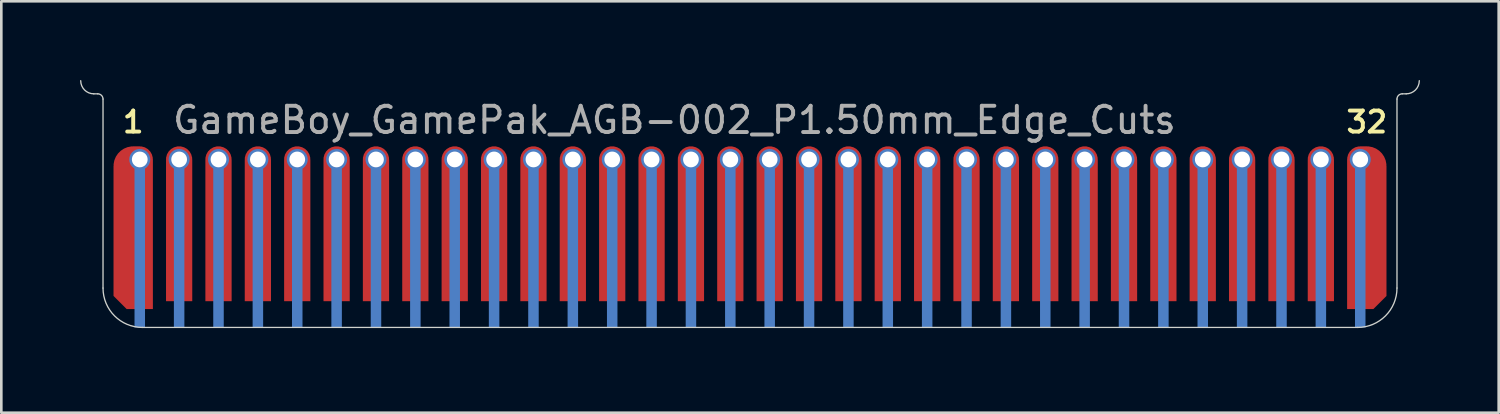
<source format=kicad_pcb>
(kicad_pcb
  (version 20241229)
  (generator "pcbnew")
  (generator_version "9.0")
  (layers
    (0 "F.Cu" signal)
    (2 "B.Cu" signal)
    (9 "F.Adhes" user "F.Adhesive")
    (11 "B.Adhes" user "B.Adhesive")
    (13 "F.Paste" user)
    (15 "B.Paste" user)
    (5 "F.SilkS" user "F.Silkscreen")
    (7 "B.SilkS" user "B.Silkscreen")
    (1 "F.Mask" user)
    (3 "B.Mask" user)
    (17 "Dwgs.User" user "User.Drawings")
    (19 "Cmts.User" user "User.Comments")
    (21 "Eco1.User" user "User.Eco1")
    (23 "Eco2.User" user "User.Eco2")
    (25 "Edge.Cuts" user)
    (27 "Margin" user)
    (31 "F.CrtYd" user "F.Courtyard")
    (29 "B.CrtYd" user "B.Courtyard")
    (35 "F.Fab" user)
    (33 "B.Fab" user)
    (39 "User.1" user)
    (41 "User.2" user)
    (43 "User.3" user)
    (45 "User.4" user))
  (footprint "GameBoy_GamePak_AGB-002_P1.50mm_Edge_Cuts"
    (layer "F.Cu")
    (at 25.525 9.425)
    (property "Reference" "GameBoy_GamePak_AGB-002_P1.50mm_Edge_Cuts" (at -22.075 -7.9 0) (layer "F.Fab") (effects (font (size 1 1) (thickness 0.15)) (justify left)))
    (attr through_hole)
    (fp_poly (pts (xy -22.25 -5.7) (xy -21.25 -5.7) (xy -21.25 -1) (xy -22.25 -1)) (stroke (width 0) (type solid)) (fill yes) (layer "F.Mask"))
    (fp_poly (pts (xy -20.75 -5.7) (xy -19.75 -5.7) (xy -19.75 -1) (xy -20.75 -1)) (stroke (width 0) (type solid)) (fill yes) (layer "F.Mask"))
    (fp_poly (pts (xy -19.25 -5.7) (xy -18.25 -5.7) (xy -18.25 -1) (xy -19.25 -1)) (stroke (width 0) (type solid)) (fill yes) (layer "F.Mask"))
    (fp_poly (pts (xy -17.75 -5.7) (xy -16.75 -5.7) (xy -16.75 -1) (xy -17.75 -1)) (stroke (width 0) (type solid)) (fill yes) (layer "F.Mask"))
    (fp_poly (pts (xy -16.25 -5.7) (xy -15.25 -5.7) (xy -15.25 -1) (xy -16.25 -1)) (stroke (width 0) (type solid)) (fill yes) (layer "F.Mask"))
    (fp_poly (pts (xy -14.75 -5.7) (xy -13.75 -5.7) (xy -13.75 -1) (xy -14.75 -1)) (stroke (width 0) (type solid)) (fill yes) (layer "F.Mask"))
    (fp_poly (pts (xy -13.25 -5.7) (xy -12.25 -5.7) (xy -12.25 -1) (xy -13.25 -1)) (stroke (width 0) (type solid)) (fill yes) (layer "F.Mask"))
    (fp_poly (pts (xy -11.75 -5.7) (xy -10.75 -5.7) (xy -10.75 -1) (xy -11.75 -1)) (stroke (width 0) (type solid)) (fill yes) (layer "F.Mask"))
    (fp_poly (pts (xy -10.25 -5.7) (xy -9.25 -5.7) (xy -9.25 -1) (xy -10.25 -1)) (stroke (width 0) (type solid)) (fill yes) (layer "F.Mask"))
    (fp_poly (pts (xy -8.75 -5.7) (xy -7.75 -5.7) (xy -7.75 -1) (xy -8.75 -1)) (stroke (width 0) (type solid)) (fill yes) (layer "F.Mask"))
    (fp_poly (pts (xy -7.25 -5.7) (xy -6.25 -5.7) (xy -6.25 -1) (xy -7.25 -1)) (stroke (width 0) (type solid)) (fill yes) (layer "F.Mask"))
    (fp_poly (pts (xy -5.75 -5.7) (xy -4.75 -5.7) (xy -4.75 -1) (xy -5.75 -1)) (stroke (width 0) (type solid)) (fill yes) (layer "F.Mask"))
    (fp_poly (pts (xy -4.25 -5.7) (xy -3.25 -5.7) (xy -3.25 -1) (xy -4.25 -1)) (stroke (width 0) (type solid)) (fill yes) (layer "F.Mask"))
    (fp_poly (pts (xy -2.75 -5.7) (xy -1.75 -5.7) (xy -1.75 -1) (xy -2.75 -1)) (stroke (width 0) (type solid)) (fill yes) (layer "F.Mask"))
    (fp_poly (pts (xy -1.25 -5.7) (xy -0.25 -5.7) (xy -0.25 -1) (xy -1.25 -1)) (stroke (width 0) (type solid)) (fill yes) (layer "F.Mask"))
    (fp_poly (pts (xy 0.25 -5.7) (xy 1.25 -5.7) (xy 1.25 -1) (xy 0.25 -1)) (stroke (width 0) (type solid)) (fill yes) (layer "F.Mask"))
    (fp_poly (pts (xy 1.75 -5.7) (xy 2.75 -5.7) (xy 2.75 -1) (xy 1.75 -1)) (stroke (width 0) (type solid)) (fill yes) (layer "F.Mask"))
    (fp_poly (pts (xy 3.25 -5.7) (xy 4.25 -5.7) (xy 4.25 -1) (xy 3.25 -1)) (stroke (width 0) (type solid)) (fill yes) (layer "F.Mask"))
    (fp_poly (pts (xy 4.75 -5.7) (xy 5.75 -5.7) (xy 5.75 -1) (xy 4.75 -1)) (stroke (width 0) (type solid)) (fill yes) (layer "F.Mask"))
    (fp_poly (pts (xy 6.25 -5.7) (xy 7.25 -5.7) (xy 7.25 -1) (xy 6.25 -1)) (stroke (width 0) (type solid)) (fill yes) (layer "F.Mask"))
    (fp_poly (pts (xy 7.75 -5.7) (xy 8.75 -5.7) (xy 8.75 -1) (xy 7.75 -1)) (stroke (width 0) (type solid)) (fill yes) (layer "F.Mask"))
    (fp_poly (pts (xy 9.25 -5.7) (xy 10.25 -5.7) (xy 10.25 -1) (xy 9.25 -1)) (stroke (width 0) (type solid)) (fill yes) (layer "F.Mask"))
    (fp_poly (pts (xy 10.75 -5.7) (xy 11.75 -5.7) (xy 11.75 -1) (xy 10.75 -1)) (stroke (width 0) (type solid)) (fill yes) (layer "F.Mask"))
    (fp_poly (pts (xy 12.25 -5.7) (xy 13.25 -5.7) (xy 13.25 -1) (xy 12.25 -1)) (stroke (width 0) (type solid)) (fill yes) (layer "F.Mask"))
    (fp_poly (pts (xy 13.75 -5.7) (xy 14.75 -5.7) (xy 14.75 -1) (xy 13.75 -1)) (stroke (width 0) (type solid)) (fill yes) (layer "F.Mask"))
    (fp_poly (pts (xy 15.25 -5.7) (xy 16.25 -5.7) (xy 16.25 -1) (xy 15.25 -1)) (stroke (width 0) (type solid)) (fill yes) (layer "F.Mask"))
    (fp_poly (pts (xy 16.75 -5.7) (xy 17.75 -5.7) (xy 17.75 -1) (xy 16.75 -1)) (stroke (width 0) (type solid)) (fill yes) (layer "F.Mask"))
    (fp_poly (pts (xy 18.25 -5.7) (xy 19.25 -5.7) (xy 19.25 -1) (xy 18.25 -1)) (stroke (width 0) (type solid)) (fill yes) (layer "F.Mask"))
    (fp_poly (pts (xy 19.75 -5.7) (xy 20.75 -5.7) (xy 20.75 -1) (xy 19.75 -1)) (stroke (width 0) (type solid)) (fill yes) (layer "F.Mask"))
    (fp_poly (pts (xy 21.25 -5.7) (xy 22.25 -5.7) (xy 22.25 -1) (xy 21.25 -1)) (stroke (width 0) (type solid)) (fill yes) (layer "F.Mask"))
    (fp_poly (pts (xy 24.9 0.25) (xy -24.9 0.25) (xy -24.9 -5.7) (xy 24.9 -5.7)) (stroke (width 0) (type solid)) (fill yes) (layer "F.Mask"))
    (fp_poly (pts (xy -24.25 -5.7) (xy -22.75 -5.7) (xy -22.75 -0.7) (xy -23.75 -0.7) (xy -24.25 -1.2)) (stroke (width 0) (type solid)) (fill yes) (layer "F.Mask"))
    (fp_poly (pts (xy 22.75 -5.7) (xy 24.25 -5.7) (xy 24.25 -1.2) (xy 23.75 -0.7) (xy 22.75 -0.7)) (stroke (width 0) (type solid)) (fill yes) (layer "F.Mask"))
    (fp_poly (pts (xy -23.05 0) (xy -23.45 0) (xy -23.45 -6.1) (xy -23.05 -6.1)) (stroke (width 0) (type solid)) (fill yes) (layer "B.Cu"))
    (fp_poly (pts (xy -21.55 0) (xy -21.95 0) (xy -21.95 -6.1) (xy -21.55 -6.1)) (stroke (width 0) (type solid)) (fill yes) (layer "B.Cu"))
    (fp_poly (pts (xy -20.05 0) (xy -20.45 0) (xy -20.45 -6.1) (xy -20.05 -6.1)) (stroke (width 0) (type solid)) (fill yes) (layer "B.Cu"))
    (fp_poly (pts (xy -18.55 0) (xy -18.95 0) (xy -18.95 -6.1) (xy -18.55 -6.1)) (stroke (width 0) (type solid)) (fill yes) (layer "B.Cu"))
    (fp_poly (pts (xy -17.05 0) (xy -17.45 0) (xy -17.45 -6.1) (xy -17.05 -6.1)) (stroke (width 0) (type solid)) (fill yes) (layer "B.Cu"))
    (fp_poly (pts (xy -15.55 0) (xy -15.95 0) (xy -15.95 -6.1) (xy -15.55 -6.1)) (stroke (width 0) (type solid)) (fill yes) (layer "B.Cu"))
    (fp_poly (pts (xy -14.05 0) (xy -14.45 0) (xy -14.45 -6.1) (xy -14.05 -6.1)) (stroke (width 0) (type solid)) (fill yes) (layer "B.Cu"))
    (fp_poly (pts (xy -12.55 0) (xy -12.95 0) (xy -12.95 -6.1) (xy -12.55 -6.1)) (stroke (width 0) (type solid)) (fill yes) (layer "B.Cu"))
    (fp_poly (pts (xy -11.05 0) (xy -11.45 0) (xy -11.45 -6.1) (xy -11.05 -6.1)) (stroke (width 0) (type solid)) (fill yes) (layer "B.Cu"))
    (fp_poly (pts (xy -9.55 0) (xy -9.95 0) (xy -9.95 -6.1) (xy -9.55 -6.1)) (stroke (width 0) (type solid)) (fill yes) (layer "B.Cu"))
    (fp_poly (pts (xy -8.05 0) (xy -8.45 0) (xy -8.45 -6.1) (xy -8.05 -6.1)) (stroke (width 0) (type solid)) (fill yes) (layer "B.Cu"))
    (fp_poly (pts (xy -6.55 0) (xy -6.95 0) (xy -6.95 -6.1) (xy -6.55 -6.1)) (stroke (width 0) (type solid)) (fill yes) (layer "B.Cu"))
    (fp_poly (pts (xy -5.05 0) (xy -5.45 0) (xy -5.45 -6.1) (xy -5.05 -6.1)) (stroke (width 0) (type solid)) (fill yes) (layer "B.Cu"))
    (fp_poly (pts (xy -3.55 0) (xy -3.95 0) (xy -3.95 -6.1) (xy -3.55 -6.1)) (stroke (width 0) (type solid)) (fill yes) (layer "B.Cu"))
    (fp_poly (pts (xy -2.05 0) (xy -2.45 0) (xy -2.45 -6.1) (xy -2.05 -6.1)) (stroke (width 0) (type solid)) (fill yes) (layer "B.Cu"))
    (fp_poly (pts (xy -0.55 0) (xy -0.95 0) (xy -0.95 -6.1) (xy -0.55 -6.1)) (stroke (width 0) (type solid)) (fill yes) (layer "B.Cu"))
    (fp_poly (pts (xy 0.95 0) (xy 0.55 0) (xy 0.55 -6.1) (xy 0.95 -6.1)) (stroke (width 0) (type solid)) (fill yes) (layer "B.Cu"))
    (fp_poly (pts (xy 2.45 0) (xy 2.05 0) (xy 2.05 -6.1) (xy 2.45 -6.1)) (stroke (width 0) (type solid)) (fill yes) (layer "B.Cu"))
    (fp_poly (pts (xy 3.95 0) (xy 3.55 0) (xy 3.55 -6.1) (xy 3.95 -6.1)) (stroke (width 0) (type solid)) (fill yes) (layer "B.Cu"))
    (fp_poly (pts (xy 5.45 0) (xy 5.05 0) (xy 5.05 -6.1) (xy 5.45 -6.1)) (stroke (width 0) (type solid)) (fill yes) (layer "B.Cu"))
    (fp_poly (pts (xy 6.95 0) (xy 6.55 0) (xy 6.55 -6.1) (xy 6.95 -6.1)) (stroke (width 0) (type solid)) (fill yes) (layer "B.Cu"))
    (fp_poly (pts (xy 8.45 0) (xy 8.05 0) (xy 8.05 -6.1) (xy 8.45 -6.1)) (stroke (width 0) (type solid)) (fill yes) (layer "B.Cu"))
    (fp_poly (pts (xy 9.95 0) (xy 9.55 0) (xy 9.55 -6.1) (xy 9.95 -6.1)) (stroke (width 0) (type solid)) (fill yes) (layer "B.Cu"))
    (fp_poly (pts (xy 11.45 0) (xy 11.05 0) (xy 11.05 -6.1) (xy 11.45 -6.1)) (stroke (width 0) (type solid)) (fill yes) (layer "B.Cu"))
    (fp_poly (pts (xy 12.95 0) (xy 12.55 0) (xy 12.55 -6.1) (xy 12.95 -6.1)) (stroke (width 0) (type solid)) (fill yes) (layer "B.Cu"))
    (fp_poly (pts (xy 14.45 0) (xy 14.05 0) (xy 14.05 -6.1) (xy 14.45 -6.1)) (stroke (width 0) (type solid)) (fill yes) (layer "B.Cu"))
    (fp_poly (pts (xy 15.95 0) (xy 15.55 0) (xy 15.55 -6.1) (xy 15.95 -6.1)) (stroke (width 0) (type solid)) (fill yes) (layer "B.Cu"))
    (fp_poly (pts (xy 17.45 0) (xy 17.05 0) (xy 17.05 -6.1) (xy 17.45 -6.1)) (stroke (width 0) (type solid)) (fill yes) (layer "B.Cu"))
    (fp_poly (pts (xy 18.95 0) (xy 18.55 0) (xy 18.55 -6.1) (xy 18.95 -6.1)) (stroke (width 0) (type solid)) (fill yes) (layer "B.Cu"))
    (fp_poly (pts (xy 20.45 0) (xy 20.05 0) (xy 20.05 -6.1) (xy 20.45 -6.1)) (stroke (width 0) (type solid)) (fill yes) (layer "B.Cu"))
    (fp_poly (pts (xy 21.95 0) (xy 21.55 0) (xy 21.55 -6.1) (xy 21.95 -6.1)) (stroke (width 0) (type solid)) (fill yes) (layer "B.Cu"))
    (fp_poly (pts (xy 23.45 0) (xy 23.05 0) (xy 23.05 -6.1) (xy 23.45 -6.1)) (stroke (width 0) (type solid)) (fill yes) (layer "B.Cu"))
    (fp_poly (pts (xy -23.85 0.25) (xy -24.9 0.25) (xy -24.9 -5.7) (xy -23.85 -5.7)) (stroke (width 0) (type solid)) (fill yes) (layer "B.Mask"))
    (fp_poly (pts (xy -22.35 0.25) (xy -22.65 0.25) (xy -22.65 -5.7) (xy -22.35 -5.7)) (stroke (width 0) (type solid)) (fill yes) (layer "B.Mask"))
    (fp_poly (pts (xy -20.85 0.25) (xy -21.15 0.25) (xy -21.15 -5.7) (xy -20.85 -5.7)) (stroke (width 0) (type solid)) (fill yes) (layer "B.Mask"))
    (fp_poly (pts (xy -19.35 0.25) (xy -19.65 0.25) (xy -19.65 -5.7) (xy -19.35 -5.7)) (stroke (width 0) (type solid)) (fill yes) (layer "B.Mask"))
    (fp_poly (pts (xy -17.85 0.25) (xy -18.15 0.25) (xy -18.15 -5.7) (xy -17.85 -5.7)) (stroke (width 0) (type solid)) (fill yes) (layer "B.Mask"))
    (fp_poly (pts (xy -16.35 0.25) (xy -16.65 0.25) (xy -16.65 -5.7) (xy -16.35 -5.7)) (stroke (width 0) (type solid)) (fill yes) (layer "B.Mask"))
    (fp_poly (pts (xy -14.85 0.25) (xy -15.15 0.25) (xy -15.15 -5.7) (xy -14.85 -5.7)) (stroke (width 0) (type solid)) (fill yes) (layer "B.Mask"))
    (fp_poly (pts (xy -13.35 0.25) (xy -13.65 0.25) (xy -13.65 -5.7) (xy -13.35 -5.7)) (stroke (width 0) (type solid)) (fill yes) (layer "B.Mask"))
    (fp_poly (pts (xy -11.85 0.25) (xy -12.15 0.25) (xy -12.15 -5.7) (xy -11.85 -5.7)) (stroke (width 0) (type solid)) (fill yes) (layer "B.Mask"))
    (fp_poly (pts (xy -10.35 0.25) (xy -10.65 0.25) (xy -10.65 -5.7) (xy -10.35 -5.7)) (stroke (width 0) (type solid)) (fill yes) (layer "B.Mask"))
    (fp_poly (pts (xy -8.85 0.25) (xy -9.15 0.25) (xy -9.15 -5.7) (xy -8.85 -5.7)) (stroke (width 0) (type solid)) (fill yes) (layer "B.Mask"))
    (fp_poly (pts (xy -7.35 0.25) (xy -7.65 0.25) (xy -7.65 -5.7) (xy -7.35 -5.7)) (stroke (width 0) (type solid)) (fill yes) (layer "B.Mask"))
    (fp_poly (pts (xy -5.85 0.25) (xy -6.15 0.25) (xy -6.15 -5.7) (xy -5.85 -5.7)) (stroke (width 0) (type solid)) (fill yes) (layer "B.Mask"))
    (fp_poly (pts (xy -4.35 0.25) (xy -4.65 0.25) (xy -4.65 -5.7) (xy -4.35 -5.7)) (stroke (width 0) (type solid)) (fill yes) (layer "B.Mask"))
    (fp_poly (pts (xy -2.85 0.25) (xy -3.15 0.25) (xy -3.15 -5.7) (xy -2.85 -5.7)) (stroke (width 0) (type solid)) (fill yes) (layer "B.Mask"))
    (fp_poly (pts (xy -1.35 0.25) (xy -1.65 0.25) (xy -1.65 -5.7) (xy -1.35 -5.7)) (stroke (width 0) (type solid)) (fill yes) (layer "B.Mask"))
    (fp_poly (pts (xy 0.15 0.25) (xy -0.15 0.25) (xy -0.15 -5.7) (xy 0.15 -5.7)) (stroke (width 0) (type solid)) (fill yes) (layer "B.Mask"))
    (fp_poly (pts (xy 1.65 0.25) (xy 1.35 0.25) (xy 1.35 -5.7) (xy 1.65 -5.7)) (stroke (width 0) (type solid)) (fill yes) (layer "B.Mask"))
    (fp_poly (pts (xy 3.15 0.25) (xy 2.85 0.25) (xy 2.85 -5.7) (xy 3.15 -5.7)) (stroke (width 0) (type solid)) (fill yes) (layer "B.Mask"))
    (fp_poly (pts (xy 4.65 0.25) (xy 4.35 0.25) (xy 4.35 -5.7) (xy 4.65 -5.7)) (stroke (width 0) (type solid)) (fill yes) (layer "B.Mask"))
    (fp_poly (pts (xy 6.15 0.25) (xy 5.85 0.25) (xy 5.85 -5.7) (xy 6.15 -5.7)) (stroke (width 0) (type solid)) (fill yes) (layer "B.Mask"))
    (fp_poly (pts (xy 7.65 0.25) (xy 7.35 0.25) (xy 7.35 -5.7) (xy 7.65 -5.7)) (stroke (width 0) (type solid)) (fill yes) (layer "B.Mask"))
    (fp_poly (pts (xy 9.15 0.25) (xy 8.85 0.25) (xy 8.85 -5.7) (xy 9.15 -5.7)) (stroke (width 0) (type solid)) (fill yes) (layer "B.Mask"))
    (fp_poly (pts (xy 10.65 0.25) (xy 10.35 0.25) (xy 10.35 -5.7) (xy 10.65 -5.7)) (stroke (width 0) (type solid)) (fill yes) (layer "B.Mask"))
    (fp_poly (pts (xy 12.15 0.25) (xy 11.85 0.25) (xy 11.85 -5.7) (xy 12.15 -5.7)) (stroke (width 0) (type solid)) (fill yes) (layer "B.Mask"))
    (fp_poly (pts (xy 13.65 0.25) (xy 13.35 0.25) (xy 13.35 -5.7) (xy 13.65 -5.7)) (stroke (width 0) (type solid)) (fill yes) (layer "B.Mask"))
    (fp_poly (pts (xy 15.15 0.25) (xy 14.85 0.25) (xy 14.85 -5.7) (xy 15.15 -5.7)) (stroke (width 0) (type solid)) (fill yes) (layer "B.Mask"))
    (fp_poly (pts (xy 16.65 0.25) (xy 16.35 0.25) (xy 16.35 -5.7) (xy 16.65 -5.7)) (stroke (width 0) (type solid)) (fill yes) (layer "B.Mask"))
    (fp_poly (pts (xy 18.15 0.25) (xy 17.85 0.25) (xy 17.85 -5.7) (xy 18.15 -5.7)) (stroke (width 0) (type solid)) (fill yes) (layer "B.Mask"))
    (fp_poly (pts (xy 19.65 0.25) (xy 19.35 0.25) (xy 19.35 -5.7) (xy 19.65 -5.7)) (stroke (width 0) (type solid)) (fill yes) (layer "B.Mask"))
    (fp_poly (pts (xy 21.15 0.25) (xy 20.85 0.25) (xy 20.85 -5.7) (xy 21.15 -5.7)) (stroke (width 0) (type solid)) (fill yes) (layer "B.Mask"))
    (fp_poly (pts (xy 22.65 0.25) (xy 22.35 0.25) (xy 22.35 -5.7) (xy 22.65 -5.7)) (stroke (width 0) (type solid)) (fill yes) (layer "B.Mask"))
    (fp_poly (pts (xy 24.9 0.25) (xy 23.85 0.25) (xy 23.85 -5.7) (xy 24.9 -5.7)) (stroke (width 0) (type solid)) (fill yes) (layer "B.Mask"))
    (fp_line (start -24.85 -8.9) (end -25 -8.9) (stroke (width 0.05) (type solid)) (layer "Edge.Cuts"))
    (fp_line (start -24.65 -1.5) (end -24.65 -8.7) (stroke (width 0.05) (type solid)) (layer "Edge.Cuts"))
    (fp_line (start -23.15 0) (end 23.15 0) (stroke (width 0.05) (type solid)) (layer "Edge.Cuts"))
    (fp_line (start 24.65 -8.7) (end 24.65 -1.5) (stroke (width 0.05) (type solid)) (layer "Edge.Cuts"))
    (fp_line (start 25 -8.9) (end 24.85 -8.9) (stroke (width 0.05) (type solid)) (layer "Edge.Cuts"))
    (fp_arc (start -25 -8.9) (mid -25.353552 -9.046447) (end -25.5 -9.4) (stroke (width 0.05) (type solid)) (layer "Edge.Cuts"))
    (fp_arc (start -24.85 -8.9) (mid -24.708578 -8.841421) (end -24.65 -8.7) (stroke (width 0.05) (type solid)) (layer "Edge.Cuts"))
    (fp_arc (start -23.15 0) (mid -24.21066 -0.43934) (end -24.65 -1.5) (stroke (width 0.05) (type solid)) (layer "Edge.Cuts"))
    (fp_arc (start 24.65 -8.7) (mid 24.708579 -8.841421) (end 24.85 -8.9) (stroke (width 0.05) (type solid)) (layer "Edge.Cuts"))
    (fp_arc (start 24.65 -1.5) (mid 24.21066 -0.43934) (end 23.15 0) (stroke (width 0.05) (type solid)) (layer "Edge.Cuts"))
    (fp_arc (start 25.5 -9.4) (mid 25.353553 -9.046447) (end 25 -8.9) (stroke (width 0.05) (type solid)) (layer "Edge.Cuts"))
    (fp_text user "32" (at 23.5 -7.825 0) (layer "F.SilkS") (effects (font (size 0.8 0.8) (thickness 0.15))))
    (fp_text user "1" (at -23.5 -7.825 0) (layer "F.SilkS") (effects (font (size 0.8 0.8) (thickness 0.15))))
    (pad "1" thru_hole circle (at -23.25 -6.4) (size 0.8 0.8) (drill 0.6) (layers "*.Cu" "*.Mask"))
    (pad "1" connect custom (at -23.25 -6.4) (size 0.8 0.8) (layers "F.Cu") (options (anchor circle)) (primitives (gr_line (start -0.25 -0.45) (end 0 -0.45) (width 0.1)) (gr_circle (center 0 0) (end 0.25 0) (width 0.5) (fill no)) (gr_poly (pts (xy -1 5.2) (xy -1 0.25) (xy 0.5 0.25) (xy 0.5 5.7) (xy -0.5 5.7)) (width 0) (fill yes)) (gr_circle (center -0.25 0.25) (end 0.125 0.25) (width 0.75) (fill no)) (gr_line (start 0.45 0) (end 0.45 0.25) (width 0.1))))
    (pad "2" thru_hole circle (at -21.75 -6.4) (size 0.8 0.8) (drill 0.6) (layers "*.Cu" "*.Mask"))
    (pad "2" connect custom (at -21.75 -6.4) (size 0.8 0.8) (layers "F.Cu") (options (anchor circle)) (primitives (gr_poly (pts (xy -0.5 5.4) (xy 0.5 5.4) (xy 0.5 0) (xy -0.5 0)) (width 0) (fill yes)) (gr_circle (center -0.001 0) (end 0.25 0) (width 0.5) (fill no))))
    (pad "3" thru_hole circle (at -20.25 -6.4) (size 0.8 0.8) (drill 0.6) (layers "*.Cu" "*.Mask"))
    (pad "3" connect custom (at -20.25 -6.4) (size 0.8 0.8) (layers "F.Cu") (options (anchor circle)) (primitives (gr_poly (pts (xy -0.5 5.4) (xy 0.5 5.4) (xy 0.5 0) (xy -0.5 0)) (width 0) (fill yes)) (gr_circle (center -0.001 0) (end 0.25 0) (width 0.5) (fill no))))
    (pad "4" thru_hole circle (at -18.75 -6.4) (size 0.8 0.8) (drill 0.6) (layers "*.Cu" "*.Mask"))
    (pad "4" connect custom (at -18.75 -6.4) (size 0.8 0.8) (layers "F.Cu") (options (anchor circle)) (primitives (gr_poly (pts (xy -0.5 5.4) (xy 0.5 5.4) (xy 0.5 0) (xy -0.5 0)) (width 0) (fill yes)) (gr_circle (center -0.001 0) (end 0.25 0) (width 0.5) (fill no))))
    (pad "5" thru_hole circle (at -17.25 -6.4) (size 0.8 0.8) (drill 0.6) (layers "*.Cu" "*.Mask"))
    (pad "5" connect custom (at -17.25 -6.4) (size 0.8 0.8) (layers "F.Cu") (options (anchor circle)) (primitives (gr_poly (pts (xy -0.5 5.4) (xy 0.5 5.4) (xy 0.5 0) (xy -0.5 0)) (width 0) (fill yes)) (gr_circle (center -0.001 0) (end 0.25 0) (width 0.5) (fill no))))
    (pad "6" thru_hole circle (at -15.75 -6.4) (size 0.8 0.8) (drill 0.6) (layers "*.Cu" "*.Mask"))
    (pad "6" connect custom (at -15.75 -6.4) (size 0.8 0.8) (layers "F.Cu") (options (anchor circle)) (primitives (gr_poly (pts (xy -0.5 5.4) (xy 0.5 5.4) (xy 0.5 0) (xy -0.5 0)) (width 0) (fill yes)) (gr_circle (center -0.001 0) (end 0.25 0) (width 0.5) (fill no))))
    (pad "7" thru_hole circle (at -14.25 -6.4) (size 0.8 0.8) (drill 0.6) (layers "*.Cu" "*.Mask"))
    (pad "7" connect custom (at -14.25 -6.4) (size 0.8 0.8) (layers "F.Cu") (options (anchor circle)) (primitives (gr_poly (pts (xy -0.5 5.4) (xy 0.5 5.4) (xy 0.5 0) (xy -0.5 0)) (width 0) (fill yes)) (gr_circle (center -0.001 0) (end 0.25 0) (width 0.5) (fill no))))
    (pad "8" thru_hole circle (at -12.75 -6.4) (size 0.8 0.8) (drill 0.6) (layers "*.Cu" "*.Mask"))
    (pad "8" connect custom (at -12.75 -6.4) (size 0.8 0.8) (layers "F.Cu") (options (anchor circle)) (primitives (gr_poly (pts (xy -0.5 5.4) (xy 0.5 5.4) (xy 0.5 0) (xy -0.5 0)) (width 0) (fill yes)) (gr_circle (center -0.001 0) (end 0.25 0) (width 0.5) (fill no))))
    (pad "9" thru_hole circle (at -11.25 -6.4) (size 0.8 0.8) (drill 0.6) (layers "*.Cu" "*.Mask"))
    (pad "9" connect custom (at -11.25 -6.4) (size 0.8 0.8) (layers "F.Cu") (options (anchor circle)) (primitives (gr_poly (pts (xy -0.5 5.4) (xy 0.5 5.4) (xy 0.5 0) (xy -0.5 0)) (width 0) (fill yes)) (gr_circle (center -0.001 0) (end 0.25 0) (width 0.5) (fill no))))
    (pad "10" thru_hole circle (at -9.75 -6.4) (size 0.8 0.8) (drill 0.6) (layers "*.Cu" "*.Mask"))
    (pad "10" connect custom (at -9.75 -6.4) (size 0.8 0.8) (layers "F.Cu") (options (anchor circle)) (primitives (gr_poly (pts (xy -0.5 5.4) (xy 0.5 5.4) (xy 0.5 0) (xy -0.5 0)) (width 0) (fill yes)) (gr_circle (center -0.001 0) (end 0.25 0) (width 0.5) (fill no))))
    (pad "11" thru_hole circle (at -8.25 -6.4) (size 0.8 0.8) (drill 0.6) (layers "*.Cu" "*.Mask"))
    (pad "11" connect custom (at -8.25 -6.4) (size 0.8 0.8) (layers "F.Cu") (options (anchor circle)) (primitives (gr_poly (pts (xy -0.5 5.4) (xy 0.5 5.4) (xy 0.5 0) (xy -0.5 0)) (width 0) (fill yes)) (gr_circle (center -0.001 0) (end 0.25 0) (width 0.5) (fill no))))
    (pad "12" thru_hole circle (at -6.75 -6.4) (size 0.8 0.8) (drill 0.6) (layers "*.Cu" "*.Mask"))
    (pad "12" connect custom (at -6.75 -6.4) (size 0.8 0.8) (layers "F.Cu") (options (anchor circle)) (primitives (gr_poly (pts (xy -0.5 5.4) (xy 0.5 5.4) (xy 0.5 0) (xy -0.5 0)) (width 0) (fill yes)) (gr_circle (center -0.001 0) (end 0.25 0) (width 0.5) (fill no))))
    (pad "13" thru_hole circle (at -5.25 -6.4) (size 0.8 0.8) (drill 0.6) (layers "*.Cu" "*.Mask"))
    (pad "13" connect custom (at -5.25 -6.4) (size 0.8 0.8) (layers "F.Cu") (options (anchor circle)) (primitives (gr_poly (pts (xy -0.5 5.4) (xy 0.5 5.4) (xy 0.5 0) (xy -0.5 0)) (width 0) (fill yes)) (gr_circle (center -0.001 0) (end 0.25 0) (width 0.5) (fill no))))
    (pad "14" thru_hole circle (at -3.75 -6.4) (size 0.8 0.8) (drill 0.6) (layers "*.Cu" "*.Mask"))
    (pad "14" connect custom (at -3.75 -6.4) (size 0.8 0.8) (layers "F.Cu") (options (anchor circle)) (primitives (gr_poly (pts (xy -0.5 5.4) (xy 0.5 5.4) (xy 0.5 0) (xy -0.5 0)) (width 0) (fill yes)) (gr_circle (center -0.001 0) (end 0.25 0) (width 0.5) (fill no))))
    (pad "15" thru_hole circle (at -2.25 -6.4) (size 0.8 0.8) (drill 0.6) (layers "*.Cu" "*.Mask"))
    (pad "15" connect custom (at -2.25 -6.4) (size 0.8 0.8) (layers "F.Cu") (options (anchor circle)) (primitives (gr_poly (pts (xy -0.5 5.4) (xy 0.5 5.4) (xy 0.5 0) (xy -0.5 0)) (width 0) (fill yes)) (gr_circle (center -0.001 0) (end 0.25 0) (width 0.5) (fill no))))
    (pad "16" thru_hole circle (at -0.75 -6.4) (size 0.8 0.8) (drill 0.6) (layers "*.Cu" "*.Mask"))
    (pad "16" connect custom (at -0.75 -6.4) (size 0.8 0.8) (layers "F.Cu") (options (anchor circle)) (primitives (gr_poly (pts (xy -0.5 5.4) (xy 0.5 5.4) (xy 0.5 0) (xy -0.5 0)) (width 0) (fill yes)) (gr_circle (center -0.001 0) (end 0.25 0) (width 0.5) (fill no))))
    (pad "17" thru_hole circle (at 0.75 -6.4) (size 0.8 0.8) (drill 0.6) (layers "*.Cu" "*.Mask"))
    (pad "17" connect custom (at 0.75 -6.4) (size 0.8 0.8) (layers "F.Cu") (options (anchor circle)) (primitives (gr_poly (pts (xy -0.5 5.4) (xy 0.5 5.4) (xy 0.5 0) (xy -0.5 0)) (width 0) (fill yes)) (gr_circle (center -0.001 0) (end 0.25 0) (width 0.5) (fill no))))
    (pad "18" thru_hole circle (at 2.25 -6.4) (size 0.8 0.8) (drill 0.6) (layers "*.Cu" "*.Mask"))
    (pad "18" connect custom (at 2.25 -6.4) (size 0.8 0.8) (layers "F.Cu") (options (anchor circle)) (primitives (gr_poly (pts (xy -0.5 5.4) (xy 0.5 5.4) (xy 0.5 0) (xy -0.5 0)) (width 0) (fill yes)) (gr_circle (center -0.001 0) (end 0.25 0) (width 0.5) (fill no))))
    (pad "19" thru_hole circle (at 3.75 -6.4) (size 0.8 0.8) (drill 0.6) (layers "*.Cu" "*.Mask"))
    (pad "19" connect custom (at 3.75 -6.4) (size 0.8 0.8) (layers "F.Cu") (options (anchor circle)) (primitives (gr_poly (pts (xy -0.5 5.4) (xy 0.5 5.4) (xy 0.5 0) (xy -0.5 0)) (width 0) (fill yes)) (gr_circle (center -0.001 0) (end 0.25 0) (width 0.5) (fill no))))
    (pad "20" thru_hole circle (at 5.25 -6.4) (size 0.8 0.8) (drill 0.6) (layers "*.Cu" "*.Mask"))
    (pad "20" connect custom (at 5.25 -6.4) (size 0.8 0.8) (layers "F.Cu") (options (anchor circle)) (primitives (gr_poly (pts (xy -0.5 5.4) (xy 0.5 5.4) (xy 0.5 0) (xy -0.5 0)) (width 0) (fill yes)) (gr_circle (center -0.001 0) (end 0.25 0) (width 0.5) (fill no))))
    (pad "21" thru_hole circle (at 6.75 -6.4) (size 0.8 0.8) (drill 0.6) (layers "*.Cu" "*.Mask"))
    (pad "21" connect custom (at 6.75 -6.4) (size 0.8 0.8) (layers "F.Cu") (options (anchor circle)) (primitives (gr_poly (pts (xy -0.5 5.4) (xy 0.5 5.4) (xy 0.5 0) (xy -0.5 0)) (width 0) (fill yes)) (gr_circle (center -0.001 0) (end 0.25 0) (width 0.5) (fill no))))
    (pad "22" thru_hole circle (at 8.25 -6.4) (size 0.8 0.8) (drill 0.6) (layers "*.Cu" "*.Mask"))
    (pad "22" connect custom (at 8.25 -6.4) (size 0.8 0.8) (layers "F.Cu") (options (anchor circle)) (primitives (gr_poly (pts (xy -0.5 5.4) (xy 0.5 5.4) (xy 0.5 0) (xy -0.5 0)) (width 0) (fill yes)) (gr_circle (center -0.001 0) (end 0.25 0) (width 0.5) (fill no))))
    (pad "23" thru_hole circle (at 9.75 -6.4) (size 0.8 0.8) (drill 0.6) (layers "*.Cu" "*.Mask"))
    (pad "23" connect custom (at 9.75 -6.4) (size 0.8 0.8) (layers "F.Cu") (options (anchor circle)) (primitives (gr_poly (pts (xy -0.5 5.4) (xy 0.5 5.4) (xy 0.5 0) (xy -0.5 0)) (width 0) (fill yes)) (gr_circle (center -0.001 0) (end 0.25 0) (width 0.5) (fill no))))
    (pad "24" thru_hole circle (at 11.25 -6.4) (size 0.8 0.8) (drill 0.6) (layers "*.Cu" "*.Mask"))
    (pad "24" connect custom (at 11.25 -6.4) (size 0.8 0.8) (layers "F.Cu") (options (anchor circle)) (primitives (gr_poly (pts (xy -0.5 5.4) (xy 0.5 5.4) (xy 0.5 0) (xy -0.5 0)) (width 0) (fill yes)) (gr_circle (center -0.001 0) (end 0.25 0) (width 0.5) (fill no))))
    (pad "25" thru_hole circle (at 12.75 -6.4) (size 0.8 0.8) (drill 0.6) (layers "*.Cu" "*.Mask"))
    (pad "25" connect custom (at 12.75 -6.4) (size 0.8 0.8) (layers "F.Cu") (options (anchor circle)) (primitives (gr_poly (pts (xy -0.5 5.4) (xy 0.5 5.4) (xy 0.5 0) (xy -0.5 0)) (width 0) (fill yes)) (gr_circle (center -0.001 0) (end 0.25 0) (width 0.5) (fill no))))
    (pad "26" thru_hole circle (at 14.25 -6.4) (size 0.8 0.8) (drill 0.6) (layers "*.Cu" "*.Mask"))
    (pad "26" connect custom (at 14.25 -6.4) (size 0.8 0.8) (layers "F.Cu") (options (anchor circle)) (primitives (gr_poly (pts (xy -0.5 5.4) (xy 0.5 5.4) (xy 0.5 0) (xy -0.5 0)) (width 0) (fill yes)) (gr_circle (center -0.001 0) (end 0.25 0) (width 0.5) (fill no))))
    (pad "27" thru_hole circle (at 15.75 -6.4) (size 0.8 0.8) (drill 0.6) (layers "*.Cu" "*.Mask"))
    (pad "27" connect custom (at 15.75 -6.4) (size 0.8 0.8) (layers "F.Cu") (options (anchor circle)) (primitives (gr_poly (pts (xy -0.5 5.4) (xy 0.5 5.4) (xy 0.5 0) (xy -0.5 0)) (width 0) (fill yes)) (gr_circle (center -0.001 0) (end 0.25 0) (width 0.5) (fill no))))
    (pad "28" thru_hole circle (at 17.25 -6.4) (size 0.8 0.8) (drill 0.6) (layers "*.Cu" "*.Mask"))
    (pad "28" connect custom (at 17.25 -6.4) (size 0.8 0.8) (layers "F.Cu") (options (anchor circle)) (primitives (gr_poly (pts (xy -0.5 5.4) (xy 0.5 5.4) (xy 0.5 0) (xy -0.5 0)) (width 0) (fill yes)) (gr_circle (center -0.001 0) (end 0.25 0) (width 0.5) (fill no))))
    (pad "29" thru_hole circle (at 18.75 -6.4) (size 0.8 0.8) (drill 0.6) (layers "*.Cu" "*.Mask"))
    (pad "29" connect custom (at 18.75 -6.4) (size 0.8 0.8) (layers "F.Cu") (options (anchor circle)) (primitives (gr_poly (pts (xy -0.5 5.4) (xy 0.5 5.4) (xy 0.5 0) (xy -0.5 0)) (width 0) (fill yes)) (gr_circle (center -0.001 0) (end 0.25 0) (width 0.5) (fill no))))
    (pad "30" thru_hole circle (at 20.25 -6.4) (size 0.8 0.8) (drill 0.6) (layers "*.Cu" "*.Mask"))
    (pad "30" connect custom (at 20.25 -6.4) (size 0.8 0.8) (layers "F.Cu") (options (anchor circle)) (primitives (gr_poly (pts (xy -0.5 5.4) (xy 0.5 5.4) (xy 0.5 0) (xy -0.5 0)) (width 0) (fill yes)) (gr_circle (center -0.001 0) (end 0.25 0) (width 0.5) (fill no))))
    (pad "31" thru_hole circle (at 21.75 -6.4) (size 0.8 0.8) (drill 0.6) (layers "*.Cu" "*.Mask"))
    (pad "31" connect custom (at 21.75 -6.4) (size 0.8 0.8) (layers "F.Cu") (options (anchor circle)) (primitives (gr_poly (pts (xy -0.5 5.4) (xy 0.5 5.4) (xy 0.5 0) (xy -0.5 0)) (width 0) (fill yes)) (gr_circle (center -0.001 0) (end 0.25 0) (width 0.5) (fill no))))
    (pad "32" thru_hole circle (at 23.25 -6.4) (size 0.8 0.8) (drill 0.6) (layers "*.Cu" "*.Mask"))
    (pad "32" connect custom (at 23.25 -6.4) (size 0.8 0.8) (layers "F.Cu") (options (anchor circle)) (primitives (gr_line (start 0 -0.45) (end 0.25 -0.45) (width 0.1)) (gr_poly (pts (xy -0.5 5.7) (xy -0.5 0.25) (xy 1 0.25) (xy 1 5.2) (xy 0.5 5.7)) (width 0) (fill yes)) (gr_circle (center 0.25 0.25) (end 0.625 0.25) (width 0.75) (fill no)) (gr_circle (center 0 0) (end 0.25 0) (width 0.5) (fill no)) (gr_line (start -0.45 0) (end -0.45 0.25) (width 0.1)))))
  (gr_rect
    (start -3 -3)
    (end 54.05 12.675)
    (stroke (width 0.1) (type default))
    (fill no)
    (layer "Edge.Cuts")))
</source>
